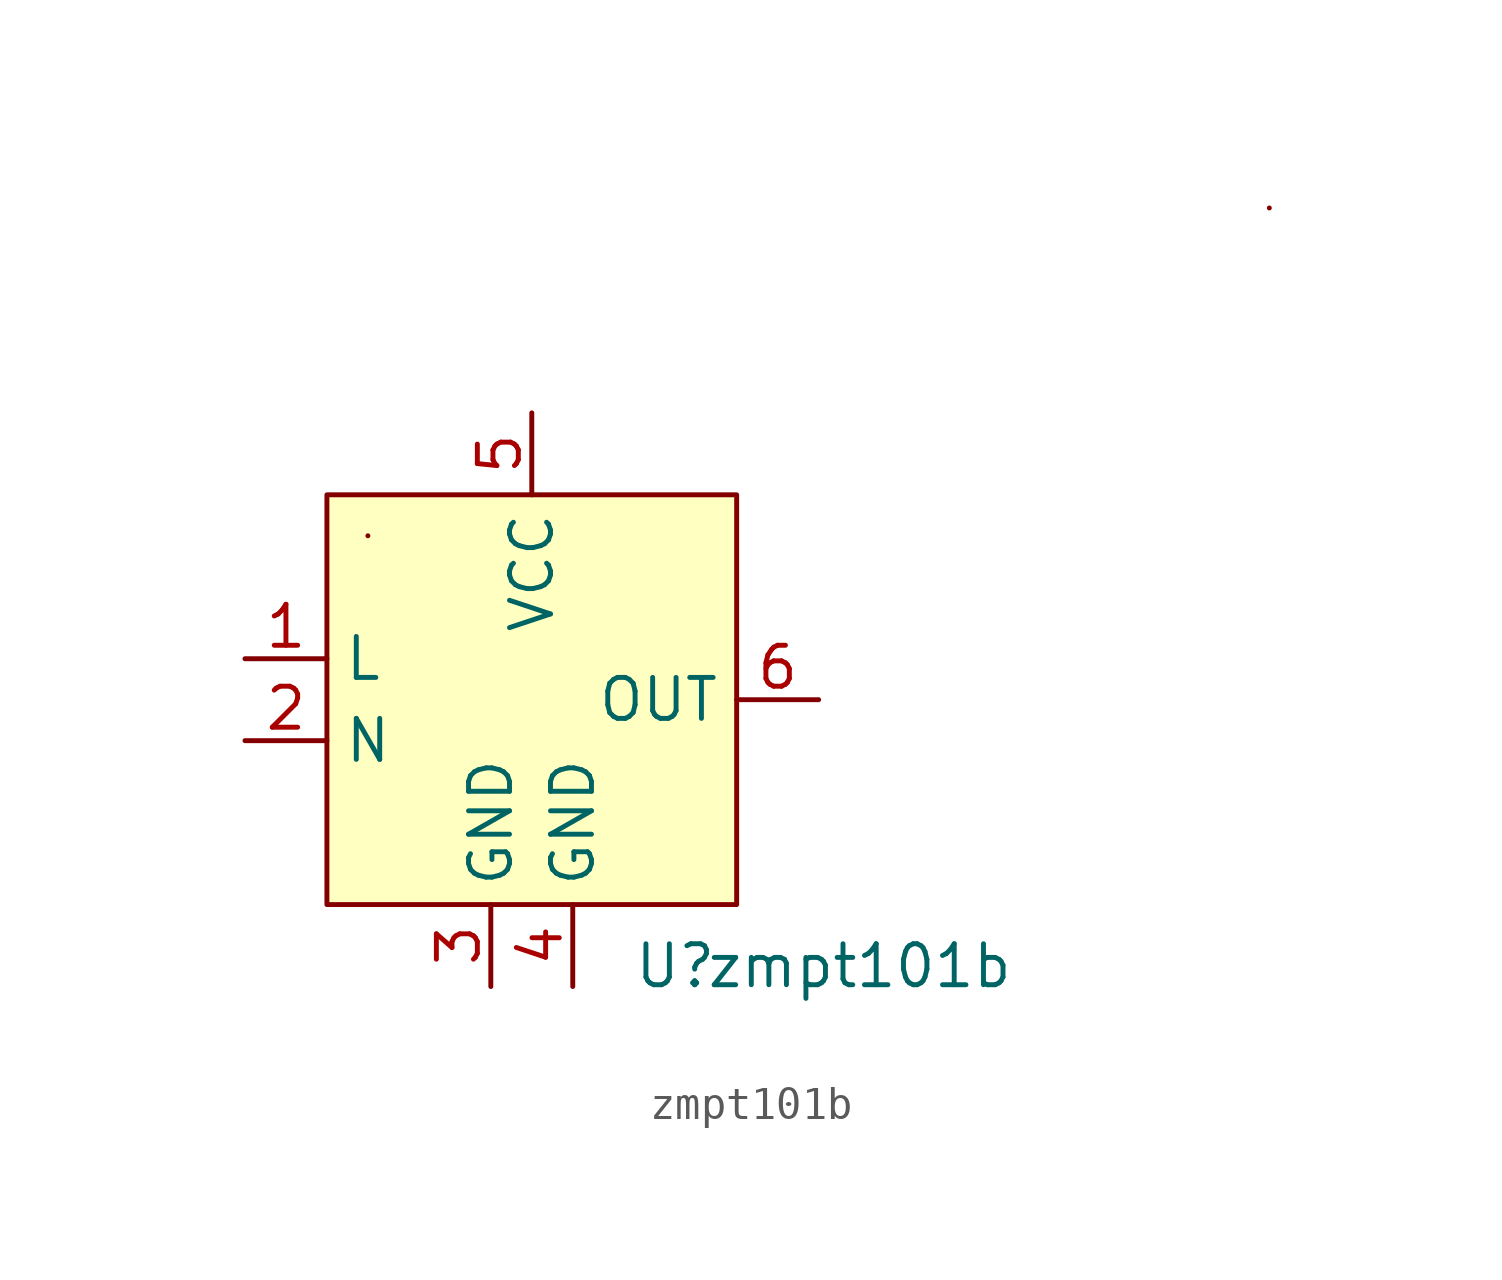
<source format=kicad_sym>
(kicad_symbol_lib
  (version 20211014)
  (generator kicad_symbol_editor)
  (symbol "zmpt101b"
    (property "Reference" "U"
      (at 4.445 -8.255 0)
      (effects (font (size 1.27 1.27))))
    (property "Value" "zmpt101b"
      (at 10.16 -8.255 0)
      (effects (font (size 1.27 1.27))))
    (symbol "zmpt101b_0_1"
      (rectangle (start -6.35 6.35) (end 6.35 -6.35) (stroke (width 0) (type default) (color 0 0 0 0)) (fill (type background)))
      (rectangle (start -5.08 5.08) (end -5.08 5.08) (stroke (width 0) (type default) (color 0 0 0 0)) (fill (type none)))
      (rectangle (start 22.86 15.24) (end 22.86 15.24) (stroke (width 0) (type default) (color 0 0 0 0)) (fill (type none))))
    (symbol "zmpt101b_1_1"
      (pin input line (at -8.89 1.27 0) (length 2.54) (name "L" (effects (font (size 1.27 1.27)))) (number "1" (effects (font (size 1.27 1.27)))))
      (pin input line (at -8.89 -1.27 0) (length 2.54) (name "N" (effects (font (size 1.27 1.27)))) (number "2" (effects (font (size 1.27 1.27)))))
      (pin input line (at -1.27 -8.89 90) (length 2.54) (name "GND" (effects (font (size 1.27 1.27)))) (number "3" (effects (font (size 1.27 1.27)))))
      (pin input line (at 1.27 -8.89 90) (length 2.54) (name "GND" (effects (font (size 1.27 1.27)))) (number "4" (effects (font (size 1.27 1.27)))))
      (pin input line (at 0 8.89 270) (length 2.54) (name "VCC" (effects (font (size 1.27 1.27)))) (number "5" (effects (font (size 1.27 1.27)))))
      (pin input line (at 8.89 0 180) (length 2.54) (name "OUT" (effects (font (size 1.27 1.27)))) (number "6" (effects (font (size 1.27 1.27))))))))
</source>
